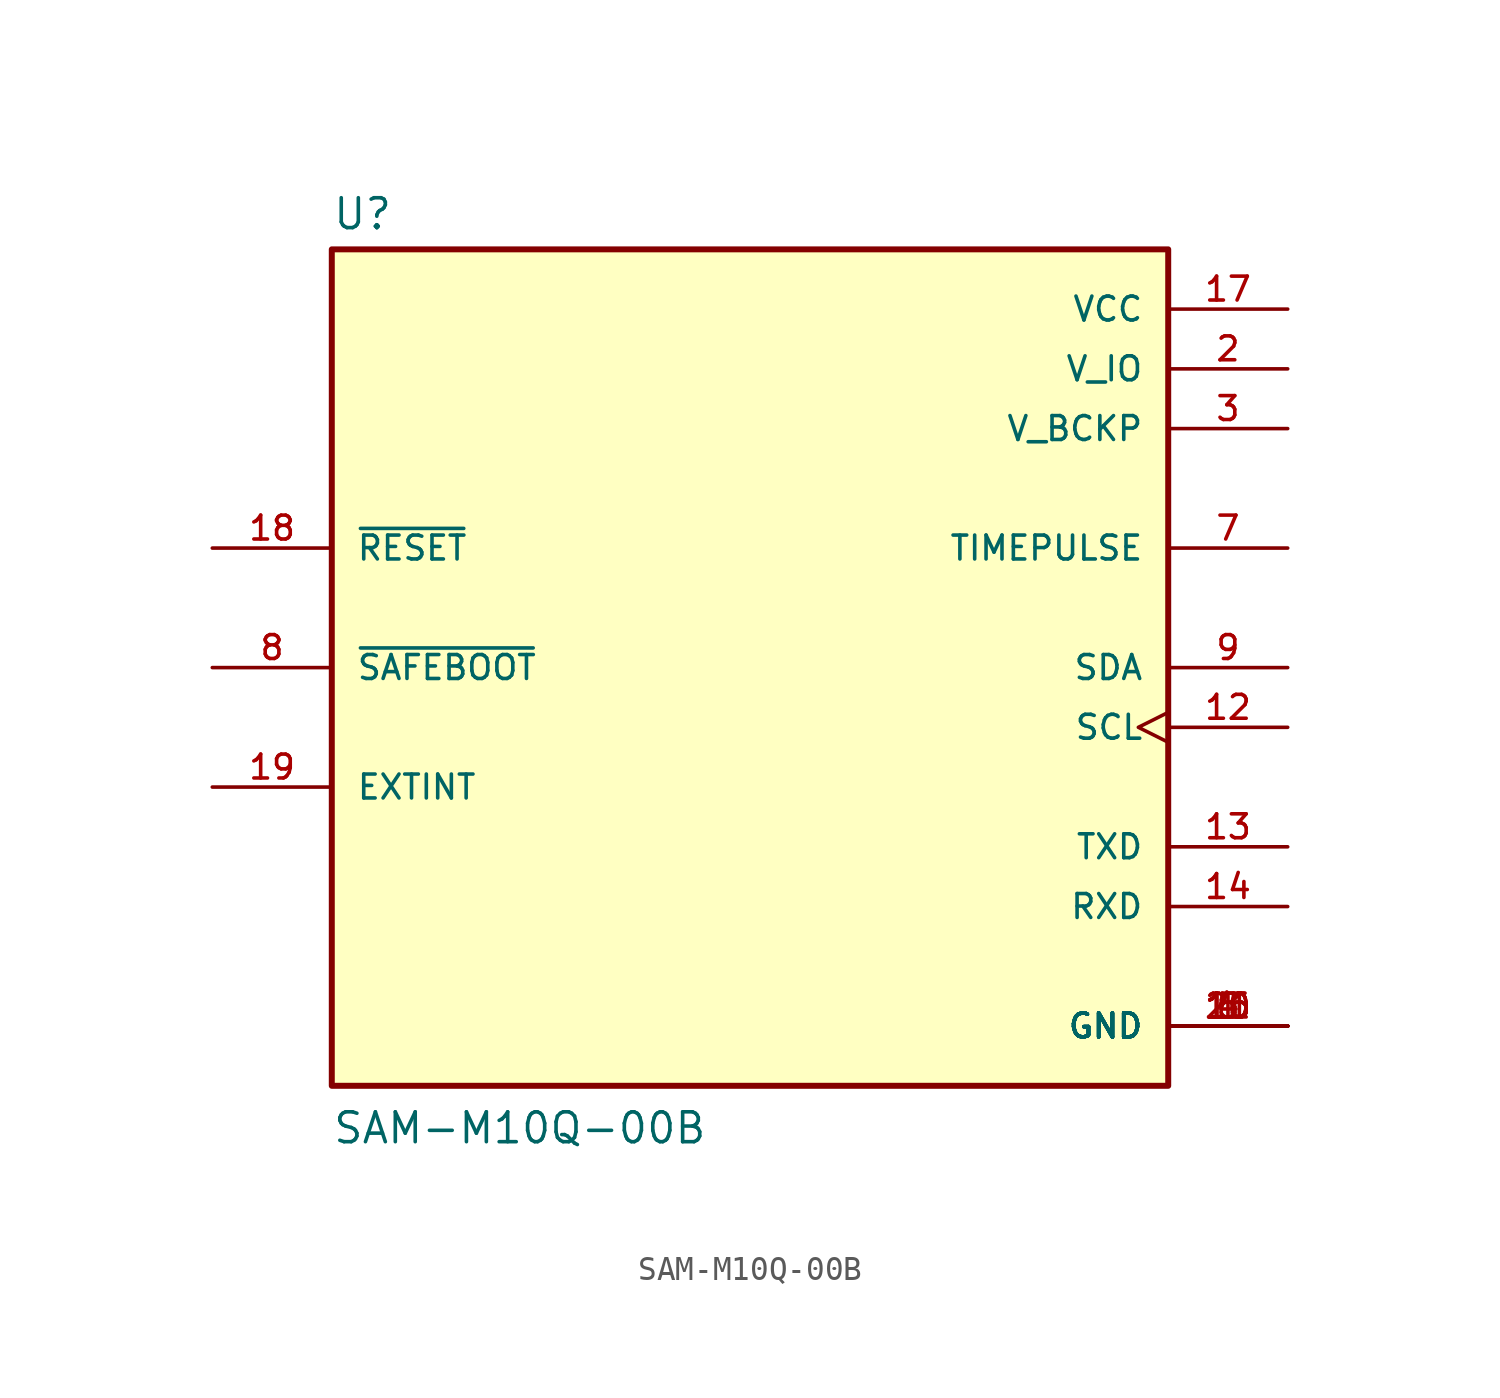
<source format=kicad_sym>
(kicad_symbol_lib
  (version 20241209)
  (generator "kicad_symbol_editor")
  (generator_version "9.0")
  (symbol "SAM-M10Q-00B"
    (pin_names
      (offset 1.016))
    (property "Reference" "U"
      (at -17.78 18.542 0)
      (effects (font (size 1.27 1.27)) (justify left bottom)))
    (property "Value" "SAM-M10Q-00B"
      (at -17.78 -20.32 0)
      (effects (font (size 1.27 1.27)) (justify left bottom)))
    (symbol "SAM-M10Q-00B_0_0"
      (rectangle (start -17.78 -17.78) (end 17.78 17.78) (stroke (width 0.254) (type default)) (fill (type background)))
      (pin input line (at -22.86 5.08 0) (length 5.08) (name "~{RESET}" (effects (font (size 1.016 1.016)))) (number "18" (effects (font (size 1.016 1.016)))))
      (pin input line (at -22.86 0 0) (length 5.08) (name "~{SAFEBOOT}" (effects (font (size 1.016 1.016)))) (number "8" (effects (font (size 1.016 1.016)))))
      (pin input line (at -22.86 -5.08 0) (length 5.08) (name "EXTINT" (effects (font (size 1.016 1.016)))) (number "19" (effects (font (size 1.016 1.016)))))
      (pin power_in line (at 22.86 15.24 180) (length 5.08) (name "VCC" (effects (font (size 1.016 1.016)))) (number "17" (effects (font (size 1.016 1.016)))))
      (pin power_in line (at 22.86 12.7 180) (length 5.08) (name "V_IO" (effects (font (size 1.016 1.016)))) (number "2" (effects (font (size 1.016 1.016)))))
      (pin power_in line (at 22.86 10.16 180) (length 5.08) (name "V_BCKP" (effects (font (size 1.016 1.016)))) (number "3" (effects (font (size 1.016 1.016)))))
      (pin output line (at 22.86 5.08 180) (length 5.08) (name "TIMEPULSE" (effects (font (size 1.016 1.016)))) (number "7" (effects (font (size 1.016 1.016)))))
      (pin bidirectional line (at 22.86 0 180) (length 5.08) (name "SDA" (effects (font (size 1.016 1.016)))) (number "9" (effects (font (size 1.016 1.016)))))
      (pin input clock (at 22.86 -2.54 180) (length 5.08) (name "SCL" (effects (font (size 1.016 1.016)))) (number "12" (effects (font (size 1.016 1.016)))))
      (pin output line (at 22.86 -7.62 180) (length 5.08) (name "TXD" (effects (font (size 1.016 1.016)))) (number "13" (effects (font (size 1.016 1.016)))))
      (pin input line (at 22.86 -10.16 180) (length 5.08) (name "RXD" (effects (font (size 1.016 1.016)))) (number "14" (effects (font (size 1.016 1.016)))))
      (pin power_in line (at 22.86 -15.24 180) (length 5.08) (name "GND" (effects (font (size 1.016 1.016)))) (number "1" (effects (font (size 1.016 1.016)))))
      (pin power_in line (at 22.86 -15.24 180) (length 5.08) (name "GND" (effects (font (size 1.016 1.016)))) (number "10" (effects (font (size 1.016 1.016)))))
      (pin power_in line (at 22.86 -15.24 180) (length 5.08) (name "GND" (effects (font (size 1.016 1.016)))) (number "11" (effects (font (size 1.016 1.016)))))
      (pin power_in line (at 22.86 -15.24 180) (length 5.08) (name "GND" (effects (font (size 1.016 1.016)))) (number "15" (effects (font (size 1.016 1.016)))))
      (pin power_in line (at 22.86 -15.24 180) (length 5.08) (name "GND" (effects (font (size 1.016 1.016)))) (number "16" (effects (font (size 1.016 1.016)))))
      (pin power_in line (at 22.86 -15.24 180) (length 5.08) (name "GND" (effects (font (size 1.016 1.016)))) (number "20" (effects (font (size 1.016 1.016)))))
      (pin power_in line (at 22.86 -15.24 180) (length 5.08) (name "GND" (effects (font (size 1.016 1.016)))) (number "4" (effects (font (size 1.016 1.016)))))
      (pin power_in line (at 22.86 -15.24 180) (length 5.08) (name "GND" (effects (font (size 1.016 1.016)))) (number "5" (effects (font (size 1.016 1.016)))))
      (pin power_in line (at 22.86 -15.24 180) (length 5.08) (name "GND" (effects (font (size 1.016 1.016)))) (number "6" (effects (font (size 1.016 1.016))))))))
</source>
